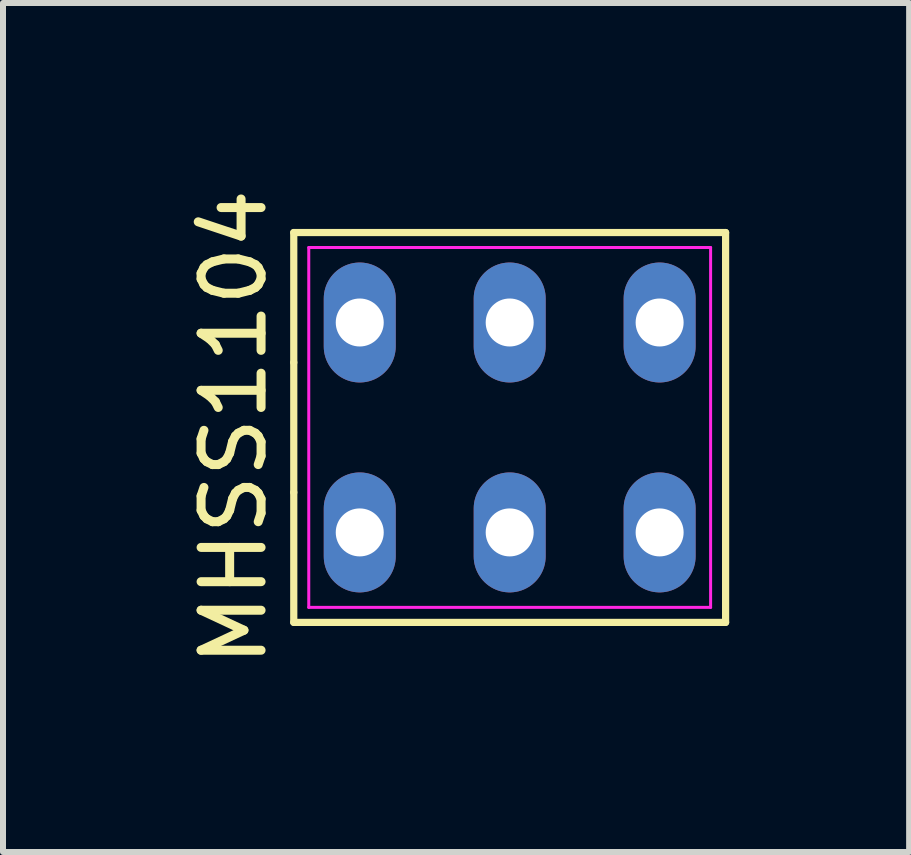
<source format=kicad_pcb>
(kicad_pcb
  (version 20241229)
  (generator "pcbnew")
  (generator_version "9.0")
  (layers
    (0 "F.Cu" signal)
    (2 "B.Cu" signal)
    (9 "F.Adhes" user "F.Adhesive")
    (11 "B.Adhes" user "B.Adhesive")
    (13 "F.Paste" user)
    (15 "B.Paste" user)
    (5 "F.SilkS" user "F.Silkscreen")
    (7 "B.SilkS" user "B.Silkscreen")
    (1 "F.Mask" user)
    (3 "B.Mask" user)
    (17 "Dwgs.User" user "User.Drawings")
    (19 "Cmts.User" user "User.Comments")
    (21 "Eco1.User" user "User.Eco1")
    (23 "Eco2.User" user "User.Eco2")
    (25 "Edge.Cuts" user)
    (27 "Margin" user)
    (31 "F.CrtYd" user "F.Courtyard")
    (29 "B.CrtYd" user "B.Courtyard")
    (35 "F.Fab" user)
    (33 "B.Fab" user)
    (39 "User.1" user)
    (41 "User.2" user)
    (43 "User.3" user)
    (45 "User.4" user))
  (footprint "MHSS1104"
    (layer "F.Cu")
    (at 5.448 4.077)
    (property "Reference" "MHSS1104" (at -4.6 0 90) (layer "F.SilkS") (effects (font (size 1 1) (thickness 0.15))))
    (fp_line (start -3.6 -3.25) (end -3.6 -1.083) (stroke (width 0.12) (type solid)) (layer "F.SilkS"))
    (fp_line (start -3.6 -1.083) (end -3.6 1.083) (stroke (width 0.12) (type solid)) (layer "F.SilkS"))
    (fp_line (start -3.6 1.083) (end -3.6 3.25) (stroke (width 0.12) (type solid)) (layer "F.SilkS"))
    (fp_line (start -3.6 3.25) (end 3.6 3.25) (stroke (width 0.12) (type solid)) (layer "F.SilkS"))
    (fp_line (start 3.6 -3.25) (end -3.6 -3.25) (stroke (width 0.12) (type solid)) (layer "F.SilkS"))
    (fp_line (start 3.6 3.25) (end 3.6 -3.25) (stroke (width 0.12) (type solid)) (layer "F.SilkS"))
    (fp_line (start -3.35 -3) (end 3.35 -3) (stroke (width 0.05) (type solid)) (layer "F.CrtYd"))
    (fp_line (start -3.35 3) (end -3.35 -3) (stroke (width 0.05) (type solid)) (layer "F.CrtYd"))
    (fp_line (start 3.35 -3) (end 3.35 3) (stroke (width 0.05) (type solid)) (layer "F.CrtYd"))
    (fp_line (start 3.35 3) (end -3.35 3) (stroke (width 0.05) (type solid)) (layer "F.CrtYd"))
    (pad "1" thru_hole oval (at -2.5 -1.75) (size 1.2 2) (drill 0.8) (layers "*.Cu" "*.Mask"))
    (pad "1" thru_hole oval (at -2.5 1.75) (size 1.2 2) (drill 0.8) (layers "*.Cu" "*.Mask"))
    (pad "2" thru_hole oval (at 0 -1.75) (size 1.2 2) (drill 0.8) (layers "*.Cu" "*.Mask"))
    (pad "2" thru_hole oval (at 0 1.75) (size 1.2 2) (drill 0.8) (layers "*.Cu" "*.Mask"))
    (pad "3" thru_hole oval (at 2.5 -1.75) (size 1.2 2) (drill 0.8) (layers "*.Cu" "*.Mask"))
    (pad "3" thru_hole oval (at 2.5 1.75) (size 1.2 2) (drill 0.8) (layers "*.Cu" "*.Mask")))
  (gr_rect
    (start -3 -3)
    (end 12.108 11.155)
    (stroke (width 0.1) (type default))
    (fill no)
    (layer "Edge.Cuts")))
</source>
